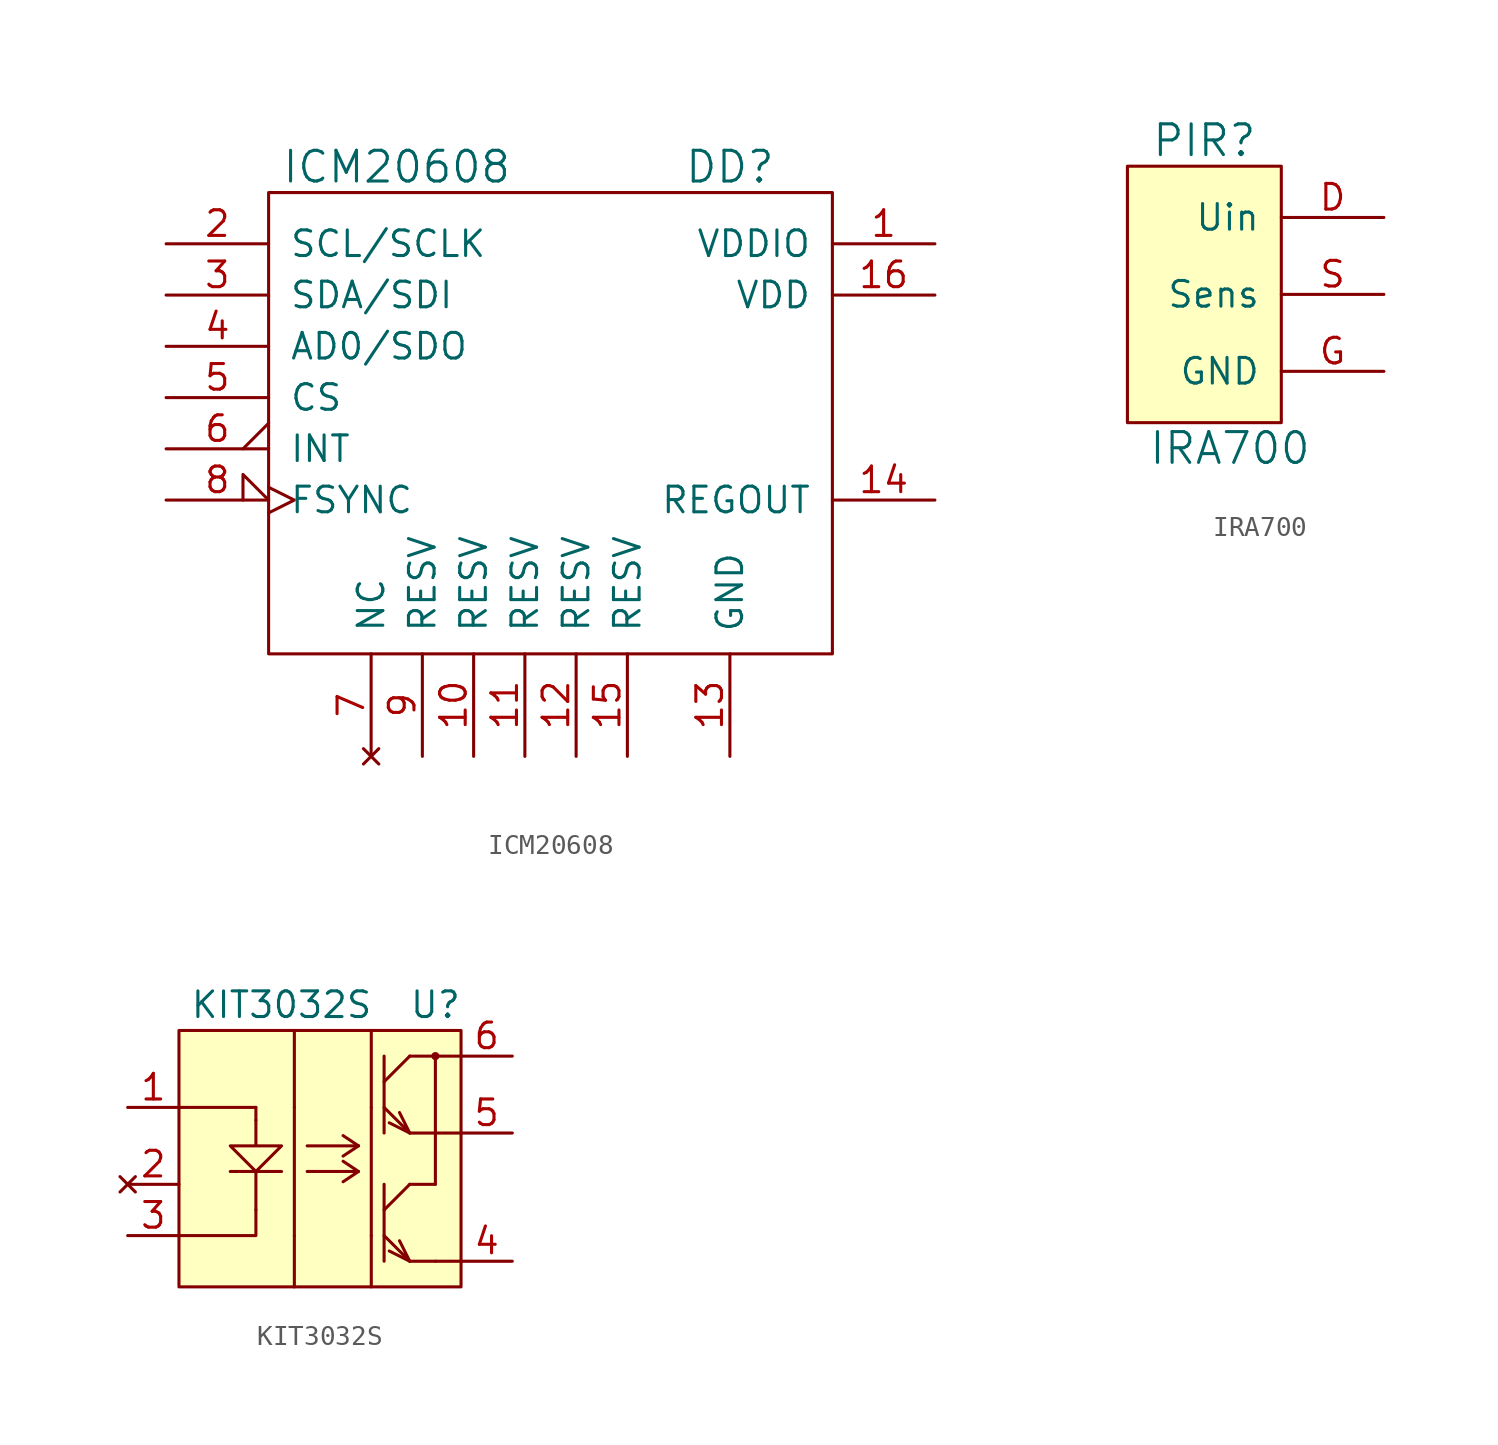
<source format=kicad_sym>
(kicad_symbol_lib
  (version 20231120)
  (generator "kicad_symbol_editor")
  (generator_version "8.0")
  (symbol "ICM20608"
    (pin_names
      (offset 1.016))
    (property "Reference" "DD"
      (at 8.89 12.7 0)
      (effects (font (size 1.524 1.524))))
    (property "Value" "ICM20608"
      (at -7.62 12.7 0)
      (effects (font (size 1.524 1.524))))
    (symbol "ICM20608_0_1"
      (rectangle (start -13.97 11.43) (end 13.97 -11.43) (stroke (width 0) (type default)) (fill (type none))))
    (symbol "ICM20608_1_1"
      (pin power_in line (at 19.05 8.89 180) (length 5.08) (name "VDDIO" (effects (font (size 1.27 1.27)))) (number "1" (effects (font (size 1.27 1.27)))))
      (pin passive line (at -3.81 -16.51 90) (length 5.08) (name "RESV" (effects (font (size 1.27 1.27)))) (number "10" (effects (font (size 1.27 1.27)))))
      (pin passive line (at -1.27 -16.51 90) (length 5.08) (name "RESV" (effects (font (size 1.27 1.27)))) (number "11" (effects (font (size 1.27 1.27)))))
      (pin passive line (at 1.27 -16.51 90) (length 5.08) (name "RESV" (effects (font (size 1.27 1.27)))) (number "12" (effects (font (size 1.27 1.27)))))
      (pin power_in line (at 8.89 -16.51 90) (length 5.08) (name "GND" (effects (font (size 1.27 1.27)))) (number "13" (effects (font (size 1.27 1.27)))))
      (pin passive line (at 19.05 -3.81 180) (length 5.08) (name "REGOUT" (effects (font (size 1.27 1.27)))) (number "14" (effects (font (size 1.27 1.27)))))
      (pin passive line (at 3.81 -16.51 90) (length 5.08) (name "RESV" (effects (font (size 1.27 1.27)))) (number "15" (effects (font (size 1.27 1.27)))))
      (pin power_in line (at 19.05 6.35 180) (length 5.08) (name "VDD" (effects (font (size 1.27 1.27)))) (number "16" (effects (font (size 1.27 1.27)))))
      (pin passive line (at -19.05 8.89 0) (length 5.08) (name "SCL/SCLK" (effects (font (size 1.27 1.27)))) (number "2" (effects (font (size 1.27 1.27)))))
      (pin passive line (at -19.05 6.35 0) (length 5.08) (name "SDA/SDI" (effects (font (size 1.27 1.27)))) (number "3" (effects (font (size 1.27 1.27)))))
      (pin passive line (at -19.05 3.81 0) (length 5.08) (name "AD0/SDO" (effects (font (size 1.27 1.27)))) (number "4" (effects (font (size 1.27 1.27)))))
      (pin passive line (at -19.05 1.27 0) (length 5.08) (name "CS" (effects (font (size 1.27 1.27)))) (number "5" (effects (font (size 1.27 1.27)))))
      (pin passive output_low (at -19.05 -1.27 0) (length 5.08) (name "INT" (effects (font (size 1.27 1.27)))) (number "6" (effects (font (size 1.27 1.27)))))
      (pin no_connect line (at -8.89 -16.51 90) (length 5.08) (name "NC" (effects (font (size 1.27 1.27)))) (number "7" (effects (font (size 1.27 1.27)))))
      (pin passive clock_low (at -19.05 -3.81 0) (length 5.08) (name "FSYNC" (effects (font (size 1.27 1.27)))) (number "8" (effects (font (size 1.27 1.27)))))
      (pin passive line (at -6.35 -16.51 90) (length 5.08) (name "RESV" (effects (font (size 1.27 1.27)))) (number "9" (effects (font (size 1.27 1.27)))))))
  (symbol "IRA700"
    (pin_names
      (offset 1.016))
    (property "Reference" "PIR"
      (at -1.27 7.62 0)
      (effects (font (size 1.524 1.524))))
    (property "Value" "IRA700"
      (at 0 -7.62 0)
      (effects (font (size 1.524 1.524))))
    (property "Footprint" ""
      (at 0 0 0)
      (effects (font (size 1.524 1.524))))
    (property "Datasheet" ""
      (at 0 0 0)
      (effects (font (size 1.524 1.524))))
    (symbol "IRA700_0_1"
      (rectangle (start 2.54 -6.35) (end -5.08 6.35) (stroke (width 0) (type default)) (fill (type background))))
    (symbol "IRA700_1_1"
      (pin passive line (at 7.62 3.81 180) (length 5.08) (name "Uin" (effects (font (size 1.27 1.27)))) (number "D" (effects (font (size 1.27 1.27)))))
      (pin passive line (at 7.62 -3.81 180) (length 5.08) (name "GND" (effects (font (size 1.27 1.27)))) (number "G" (effects (font (size 1.27 1.27)))))
      (pin passive line (at 7.62 0 180) (length 5.08) (name "Sens" (effects (font (size 1.27 1.27)))) (number "S" (effects (font (size 1.27 1.27)))))))
  (symbol "KIT3032S"
    (pin_names
      (offset 1.016) hide)
    (property "Reference" "U"
      (at 5.08 7.62 0)
      (effects (font (size 1.27 1.27))))
    (property "Value" "KIT3032S"
      (at -2.54 7.62 0)
      (effects (font (size 1.27 1.27))))
    (symbol "KIT3032S_0_1"
      (polyline (pts (xy -7.62 2.54) (xy -3.81 2.54)) (stroke (width 0) (type default)) (fill (type none)))
      (polyline (pts (xy -5.08 -0.635) (xy -2.54 -0.635)) (stroke (width 0) (type default)) (fill (type none)))
      (polyline (pts (xy -3.81 -0.635) (xy -3.81 -2.54)) (stroke (width 0) (type default)) (fill (type none)))
      (polyline (pts (xy -3.81 1.905) (xy -3.81 2.54)) (stroke (width 0) (type default)) (fill (type none)))
      (polyline (pts (xy -1.905 -3.81) (xy -1.905 -6.35)) (stroke (width 0) (type default)) (fill (type none)))
      (polyline (pts (xy -1.905 2.54) (xy -1.905 -3.81)) (stroke (width 0) (type default)) (fill (type none)))
      (polyline (pts (xy -1.905 2.54) (xy -1.905 6.35)) (stroke (width 0) (type default)) (fill (type none)))
      (polyline (pts (xy -1.27 0.635) (xy 1.27 0.635)) (stroke (width 0) (type default)) (fill (type none)))
      (polyline (pts (xy 1.27 -0.635) (xy 0.508 -1.143)) (stroke (width 0) (type default)) (fill (type none)))
      (polyline (pts (xy 1.27 0.635) (xy 0.508 0.127)) (stroke (width 0) (type default)) (fill (type none)))
      (polyline (pts (xy 1.27 0.635) (xy 0.508 1.143)) (stroke (width 0) (type default)) (fill (type none)))
      (polyline (pts (xy 1.905 -3.81) (xy 1.905 -6.35)) (stroke (width 0) (type default)) (fill (type none)))
      (polyline (pts (xy 1.905 2.54) (xy 1.905 -3.81)) (stroke (width 0) (type default)) (fill (type none)))
      (polyline (pts (xy 1.905 2.54) (xy 1.905 6.35)) (stroke (width 0) (type default)) (fill (type none)))
      (polyline (pts (xy 2.54 -2.54) (xy 3.81 -1.27)) (stroke (width 0) (type default)) (fill (type none)))
      (polyline (pts (xy 2.54 -1.27) (xy 2.54 -5.08)) (stroke (width 0) (type default)) (fill (type none)))
      (polyline (pts (xy 2.54 3.81) (xy 3.81 5.08)) (stroke (width 0) (type default)) (fill (type none)))
      (polyline (pts (xy 2.54 5.08) (xy 2.54 1.27)) (stroke (width 0) (type default)) (fill (type none)))
      (polyline (pts (xy 3.81 -5.08) (xy 2.794 -4.572)) (stroke (width 0) (type default)) (fill (type none)))
      (polyline (pts (xy 3.81 -5.08) (xy 5.08 -5.08)) (stroke (width 0) (type default)) (fill (type none)))
      (polyline (pts (xy 3.81 -1.27) (xy 5.08 -1.27)) (stroke (width 0) (type default)) (fill (type none)))
      (polyline (pts (xy 3.81 1.27) (xy 2.794 1.778)) (stroke (width 0) (type default)) (fill (type none)))
      (polyline (pts (xy 3.81 1.27) (xy 5.08 1.27)) (stroke (width 0) (type default)) (fill (type none)))
      (polyline (pts (xy 3.81 5.08) (xy 5.08 5.08)) (stroke (width 0) (type default)) (fill (type none)))
      (polyline (pts (xy 5.08 -5.08) (xy 6.35 -5.08)) (stroke (width 0) (type default)) (fill (type none)))
      (polyline (pts (xy 5.08 -1.27) (xy 5.08 5.08)) (stroke (width 0) (type default)) (fill (type none)))
      (polyline (pts (xy 5.08 1.27) (xy 6.35 1.27)) (stroke (width 0) (type default)) (fill (type none)))
      (polyline (pts (xy 5.08 5.08) (xy 6.35 5.08)) (stroke (width 0) (type default)) (fill (type none)))
      (polyline (pts (xy -7.62 -3.81) (xy -3.81 -3.81) (xy -3.81 -2.54)) (stroke (width 0) (type default)) (fill (type none)))
      (polyline (pts (xy -1.27 -0.635) (xy 1.27 -0.635) (xy 0.508 -0.127)) (stroke (width 0) (type default)) (fill (type none)))
      (polyline (pts (xy 2.54 -3.81) (xy 3.81 -5.08) (xy 3.302 -4.064)) (stroke (width 0) (type default)) (fill (type none)))
      (polyline (pts (xy 2.54 2.54) (xy 3.81 1.27) (xy 3.302 2.286)) (stroke (width 0) (type default)) (fill (type none)))
      (polyline (pts (xy -3.81 1.905) (xy -3.81 0.635) (xy -2.54 0.635) (xy -3.81 -0.635) (xy -5.08 0.635) (xy -3.81 0.635)) (stroke (width 0) (type default)) (fill (type none)))
      (circle (center 5.08 5.08) (radius 0.127) (stroke (width 0) (type default)) (fill (type none)))
      (rectangle (start 6.35 6.35) (end -7.62 -6.35) (stroke (width 0) (type default)) (fill (type background))))
    (symbol "KIT3032S_1_1"
      (pin passive line (at -10.16 2.54 0) (length 2.54) (name "C" (effects (font (size 1.27 1.27)))) (number "1" (effects (font (size 1.27 1.27)))))
      (pin no_connect line (at -10.16 -1.27 0) (length 2.54) (name "~" (effects (font (size 1.27 1.27)))) (number "2" (effects (font (size 1.27 1.27)))))
      (pin passive line (at -10.16 -3.81 0) (length 2.54) (name "~" (effects (font (size 1.27 1.27)))) (number "3" (effects (font (size 1.27 1.27)))))
      (pin passive line (at 8.89 -5.08 180) (length 2.54) (name "A" (effects (font (size 1.27 1.27)))) (number "4" (effects (font (size 1.27 1.27)))))
      (pin passive line (at 8.89 1.27 180) (length 2.54) (name "E1" (effects (font (size 1.27 1.27)))) (number "5" (effects (font (size 1.27 1.27)))))
      (pin passive line (at 8.89 5.08 180) (length 2.54) (name "C" (effects (font (size 1.27 1.27)))) (number "6" (effects (font (size 1.27 1.27))))))))
</source>
